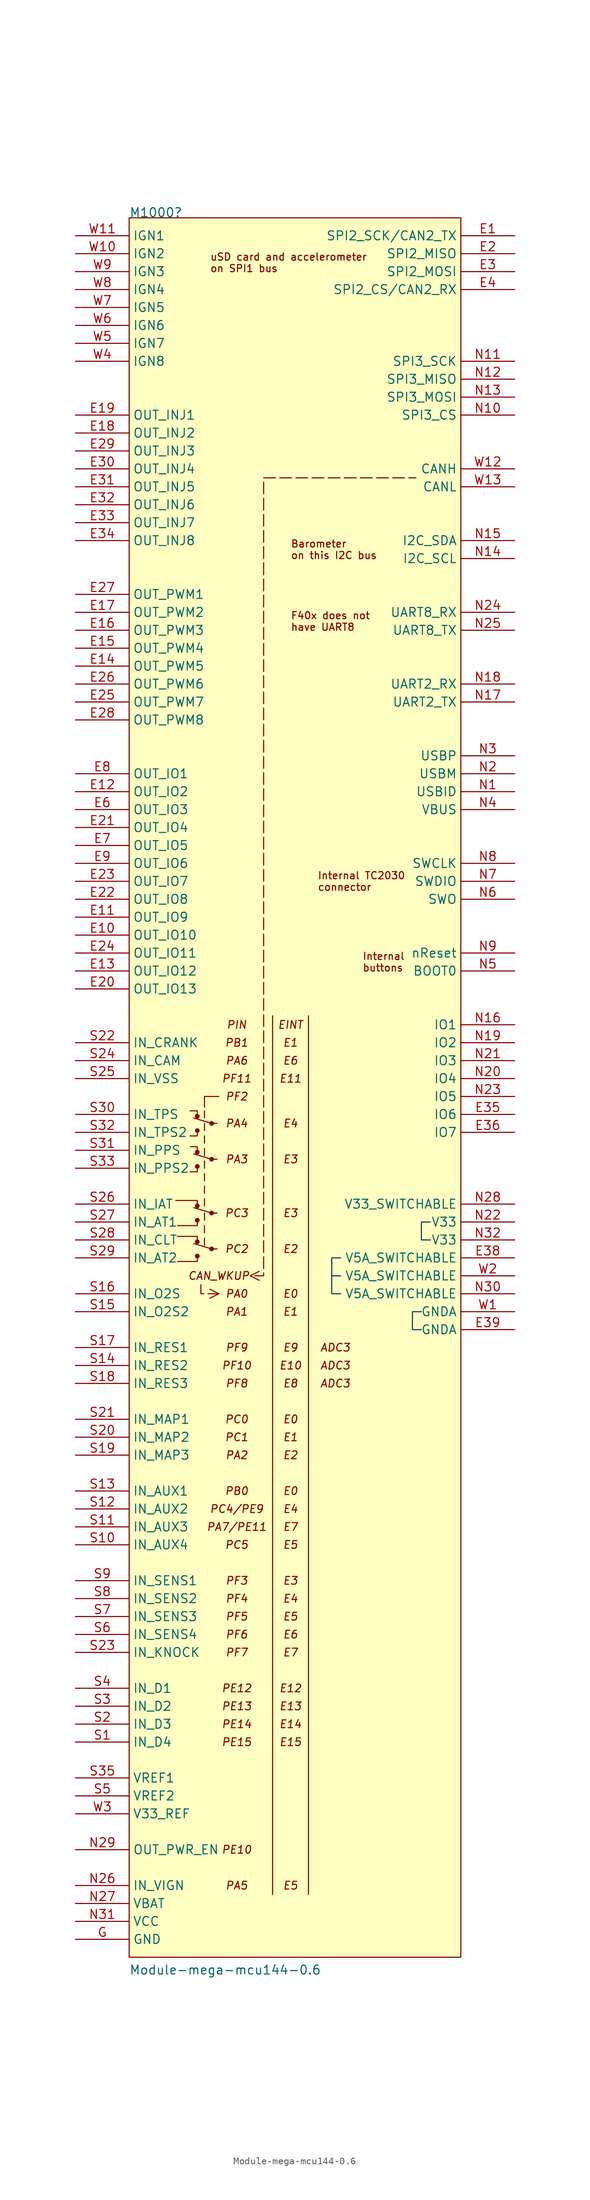
<source format=kicad_sym>
(kicad_symbol_lib
  (version 20220914)
  (generator kicad_symbol_editor)
  (symbol "Module-mega-mcu144-0.6"
    (property "Reference" "M1000"
      (at 7.62 2.54 0)
      (effects (font (size 1.27 1.27)) (justify left bottom)))
    (property "Value" "Module-mega-mcu144-0.6"
      (at 7.62 -246.38 0)
      (effects (font (size 1.27 1.27)) (justify left bottom)))
    (symbol "Module-mega-mcu144-0.6_0_1"
      (polyline (pts (xy 16.764 -142.748) (xy 19.304 -143.51)) (stroke (width 0) (type default)) (fill (type none)))
      (polyline (pts (xy 16.764 -137.668) (xy 19.304 -138.43)) (stroke (width 0) (type default)) (fill (type none)))
      (polyline (pts (xy 16.764 -130.048) (xy 19.304 -130.81)) (stroke (width 0) (type default)) (fill (type none)))
      (polyline (pts (xy 16.764 -124.968) (xy 19.304 -125.73)) (stroke (width 0) (type default)) (fill (type none)))
      (polyline (pts (xy 18.288 -143.002) (xy 18.288 -141.986)) (stroke (width 0) (type default)) (fill (type none)))
      (polyline (pts (xy 18.288 -141.224) (xy 18.288 -140.208)) (stroke (width 0) (type default)) (fill (type none)))
      (polyline (pts (xy 18.288 -139.446) (xy 18.288 -138.43)) (stroke (width 0) (type default)) (fill (type none)))
      (polyline (pts (xy 18.288 -137.414) (xy 18.288 -136.398)) (stroke (width 0) (type default)) (fill (type none)))
      (polyline (pts (xy 18.288 -135.636) (xy 18.288 -134.62)) (stroke (width 0) (type default)) (fill (type none)))
      (polyline (pts (xy 18.288 -133.858) (xy 18.288 -132.842)) (stroke (width 0) (type default)) (fill (type none)))
      (polyline (pts (xy 18.288 -132.08) (xy 18.288 -131.064)) (stroke (width 0) (type default)) (fill (type none)))
      (polyline (pts (xy 18.288 -130.302) (xy 18.288 -129.286)) (stroke (width 0) (type default)) (fill (type none)))
      (polyline (pts (xy 18.288 -128.524) (xy 18.288 -127.508)) (stroke (width 0) (type default)) (fill (type none)))
      (polyline (pts (xy 18.288 -126.746) (xy 18.288 -125.73)) (stroke (width 0) (type default)) (fill (type none)))
      (polyline (pts (xy 18.288 -124.968) (xy 18.288 -123.952)) (stroke (width 0) (type default)) (fill (type none)))
      (polyline (pts (xy 18.288 -123.444) (xy 18.288 -121.92)) (stroke (width 0) (type default)) (fill (type none)))
      (polyline (pts (xy 18.288 -121.92) (xy 20.32 -121.92)) (stroke (width 0) (type default)) (fill (type none)))
      (polyline (pts (xy 19.304 -143.51) (xy 20.066 -143.51)) (stroke (width 0) (type default)) (fill (type none)))
      (polyline (pts (xy 19.304 -138.43) (xy 20.066 -138.43)) (stroke (width 0) (type default)) (fill (type none)))
      (polyline (pts (xy 19.304 -130.81) (xy 20.066 -130.81)) (stroke (width 0) (type default)) (fill (type none)))
      (polyline (pts (xy 19.304 -125.73) (xy 20.066 -125.73)) (stroke (width 0) (type default)) (fill (type none)))
      (polyline (pts (xy 17.272 -144.526) (xy 17.272 -145.288) (xy 14.478 -145.288)) (stroke (width 0) (type default)) (fill (type none)))
      (polyline (pts (xy 17.272 -142.494) (xy 17.272 -141.732) (xy 14.478 -141.732)) (stroke (width 0) (type default)) (fill (type none)))
      (polyline (pts (xy 17.272 -139.446) (xy 17.272 -140.208) (xy 14.478 -140.208)) (stroke (width 0) (type default)) (fill (type none)))
      (polyline (pts (xy 17.272 -137.414) (xy 17.272 -136.652) (xy 14.224 -136.652)) (stroke (width 0) (type default)) (fill (type none)))
      (polyline (pts (xy 17.272 -131.826) (xy 17.272 -132.588) (xy 16.256 -132.588)) (stroke (width 0) (type default)) (fill (type none)))
      (polyline (pts (xy 17.272 -129.794) (xy 17.272 -129.032) (xy 16.256 -129.032)) (stroke (width 0) (type default)) (fill (type none)))
      (polyline (pts (xy 17.272 -126.746) (xy 17.272 -127.508) (xy 16.256 -127.508)) (stroke (width 0) (type default)) (fill (type none)))
      (polyline (pts (xy 17.272 -124.714) (xy 17.272 -123.952) (xy 16.256 -123.952)) (stroke (width 0) (type default)) (fill (type none)))
      (circle (center 17.272 -144.526) (radius 0.254) (stroke (width 0) (type default)) (fill (type outline)))
      (circle (center 17.272 -142.494) (radius 0.254) (stroke (width 0) (type default)) (fill (type outline)))
      (circle (center 17.272 -139.446) (radius 0.254) (stroke (width 0) (type default)) (fill (type outline)))
      (circle (center 17.272 -137.414) (radius 0.254) (stroke (width 0) (type default)) (fill (type outline)))
      (circle (center 17.272 -131.826) (radius 0.254) (stroke (width 0) (type default)) (fill (type outline)))
      (circle (center 17.272 -129.794) (radius 0.254) (stroke (width 0) (type default)) (fill (type outline)))
      (circle (center 17.272 -126.746) (radius 0.254) (stroke (width 0) (type default)) (fill (type outline)))
      (circle (center 17.272 -124.714) (radius 0.254) (stroke (width 0) (type default)) (fill (type outline)))
      (circle (center 19.304 -143.51) (radius 0.254) (stroke (width 0) (type default)) (fill (type outline)))
      (circle (center 19.304 -138.43) (radius 0.254) (stroke (width 0) (type default)) (fill (type outline)))
      (circle (center 19.304 -130.81) (radius 0.254) (stroke (width 0) (type default)) (fill (type outline)))
      (circle (center 19.304 -125.73) (radius 0.254) (stroke (width 0) (type default)) (fill (type outline))))
    (symbol "Module-mega-mcu144-0.6_1_0"
      (polyline (pts (xy 20.32 -149.86) (xy 19.05 -150.495)) (stroke (width 0) (type default)) (fill (type none)))
      (polyline (pts (xy 20.32 -149.86) (xy 19.05 -149.225)) (stroke (width 0) (type default)) (fill (type none)))
      (polyline (pts (xy 24.765 -147.32) (xy 26.035 -147.955)) (stroke (width 0) (type default)) (fill (type none)))
      (polyline (pts (xy 24.765 -147.32) (xy 26.035 -146.685)) (stroke (width 0) (type default)) (fill (type none)))
      (polyline (pts (xy 27.94 -110.49) (xy 27.94 -234.95)) (stroke (width 0) (type default)) (fill (type none)))
      (polyline (pts (xy 33.02 -110.49) (xy 33.02 -234.95)) (stroke (width 0) (type default)) (fill (type none)))
      (polyline (pts (xy 17.78 -148.59) (xy 17.78 -149.86) (xy 20.32 -149.86)) (stroke (width 0) (type dash)) (fill (type none)))
      (polyline (pts (xy 36.322 -147.32) (xy 37.592 -147.32) (xy 37.592 -147.32) (xy 37.592 -147.32)) (stroke (width 0) (type solid) (color 7 55 99 1)) (fill (type none)))
      (polyline (pts (xy 37.592 -144.78) (xy 36.322 -144.78) (xy 36.322 -149.86) (xy 37.592 -149.86)) (stroke (width 0) (type solid) (color 7 55 99 1)) (fill (type none)))
      (polyline (pts (xy 49.022 -152.4) (xy 47.752 -152.4) (xy 47.752 -154.94) (xy 49.022 -154.94)) (stroke (width 0) (type solid) (color 7 55 99 1)) (fill (type none)))
      (polyline (pts (xy 50.292 -139.7) (xy 49.022 -139.7) (xy 49.022 -142.24) (xy 50.292 -142.24)) (stroke (width 0) (type solid) (color 7 55 99 1)) (fill (type none)))
      (polyline (pts (xy 25.4 -147.32) (xy 26.67 -147.32) (xy 26.67 -124.46) (xy 26.67 -34.29) (xy 48.26 -34.29)) (stroke (width 0) (type dash)) (fill (type none)))
      (rectangle (start 7.62 2.54) (end 54.61 -243.84) (stroke (width 0) (type default)) (fill (type background)))
      (text "ADC3" (at 36.83 -162.56 0) (effects (font (size 1.1 1.1) italic)))
      (text "ADC3" (at 36.83 -160.02 0) (effects (font (size 1.1 1.1) italic)))
      (text "ADC3" (at 36.83 -157.48 0) (effects (font (size 1.1 1.1) italic)))
      (text "Barometer\non this I2C bus" (at 30.48 -44.45 0) (effects (font (size 1.016 1.016)) (justify left)))
      (text "CAN_WKUP" (at 20.32 -147.32 0) (effects (font (size 1.1 1.1) italic)))
      (text "E0" (at 30.48 -177.8 0) (effects (font (size 1.1 1.1) italic)))
      (text "E0" (at 30.48 -167.64 0) (effects (font (size 1.1 1.1) italic)))
      (text "E0" (at 30.48 -149.86 0) (effects (font (size 1.1 1.1) italic)))
      (text "E1" (at 30.48 -170.18 0) (effects (font (size 1.1 1.1) italic)))
      (text "E1" (at 30.48 -152.4 0) (effects (font (size 1.1 1.1) italic)))
      (text "E1" (at 30.48 -114.3 0) (effects (font (size 1.1 1.1) italic)))
      (text "E10" (at 30.48 -160.02 0) (effects (font (size 1.1 1.1) italic)))
      (text "E11" (at 30.48 -119.38 0) (effects (font (size 1.1 1.1) italic)))
      (text "E12" (at 30.48 -205.74 0) (effects (font (size 1.1 1.1) italic)))
      (text "E13" (at 30.48 -208.28 0) (effects (font (size 1.1 1.1) italic)))
      (text "E14" (at 30.48 -210.82 0) (effects (font (size 1.1 1.1) italic)))
      (text "E15" (at 30.48 -213.36 0) (effects (font (size 1.1 1.1) italic)))
      (text "E2" (at 30.48 -172.72 0) (effects (font (size 1.1 1.1) italic)))
      (text "E2" (at 30.48 -143.51 0) (effects (font (size 1.1 1.1) italic)))
      (text "E3" (at 30.48 -190.5 0) (effects (font (size 1.1 1.1) italic)))
      (text "E3" (at 30.48 -138.43 0) (effects (font (size 1.1 1.1) italic)))
      (text "E3" (at 30.48 -130.81 0) (effects (font (size 1.1 1.1) italic)))
      (text "E4" (at 30.48 -193.04 0) (effects (font (size 1.1 1.1) italic)))
      (text "E4" (at 30.48 -180.34 0) (effects (font (size 1.1 1.1) italic)))
      (text "E4" (at 30.48 -125.73 0) (effects (font (size 1.1 1.1) italic)))
      (text "E5" (at 30.48 -233.68 0) (effects (font (size 1.1 1.1) italic)))
      (text "E5" (at 30.48 -195.58 0) (effects (font (size 1.1 1.1) italic)))
      (text "E5" (at 30.48 -185.42 0) (effects (font (size 1.1 1.1) italic)))
      (text "E6" (at 30.48 -198.12 0) (effects (font (size 1.1 1.1) italic)))
      (text "E6" (at 30.48 -116.84 0) (effects (font (size 1.1 1.1) italic)))
      (text "E7" (at 30.48 -200.66 0) (effects (font (size 1.1 1.1) italic)))
      (text "E7" (at 30.48 -182.88 0) (effects (font (size 1.1 1.1) italic)))
      (text "E8" (at 30.48 -162.56 0) (effects (font (size 1.1 1.1) italic)))
      (text "E9" (at 30.48 -157.48 0) (effects (font (size 1.1 1.1) italic)))
      (text "EINT" (at 30.48 -111.76 0) (effects (font (size 1.1 1.1) italic)))
      (text "F40x does not\nhave UART8" (at 30.48 -54.61 0) (effects (font (size 1.016 1.016)) (justify left)))
      (text "Internal\nbuttons" (at 40.64 -102.87 0) (effects (font (size 1.016 1.016)) (justify left)))
      (text "Internal TC2030\nconnector" (at 34.29 -91.44 0) (effects (font (size 1.016 1.016)) (justify left)))
      (text "PA0" (at 22.86 -149.86 0) (effects (font (size 1.1 1.1) italic)))
      (text "PA1" (at 22.86 -152.4 0) (effects (font (size 1.1 1.1) italic)))
      (text "PA2" (at 22.86 -172.72 0) (effects (font (size 1.1 1.1) italic)))
      (text "PA3" (at 22.86 -130.81 0) (effects (font (size 1.1 1.1) italic)))
      (text "PA4" (at 22.86 -125.73 0) (effects (font (size 1.1 1.1) italic)))
      (text "PA5" (at 22.86 -233.68 0) (effects (font (size 1.1 1.1) italic)))
      (text "PA6" (at 22.86 -116.84 0) (effects (font (size 1.1 1.1) italic)))
      (text "PA7/PE11" (at 22.86 -182.88 0) (effects (font (size 1.1 1.1) italic)))
      (text "PB0" (at 22.86 -177.8 0) (effects (font (size 1.1 1.1) italic)))
      (text "PB1" (at 22.86 -114.3 0) (effects (font (size 1.1 1.1) italic)))
      (text "PC0" (at 22.86 -167.64 0) (effects (font (size 1.1 1.1) italic)))
      (text "PC1" (at 22.86 -170.18 0) (effects (font (size 1.1 1.1) italic)))
      (text "PC2" (at 22.86 -143.51 0) (effects (font (size 1.1 1.1) italic)))
      (text "PC3" (at 22.86 -138.43 0) (effects (font (size 1.1 1.1) italic)))
      (text "PC4/PE9" (at 22.86 -180.34 0) (effects (font (size 1.1 1.1) italic)))
      (text "PC5" (at 22.86 -185.42 0) (effects (font (size 1.1 1.1) italic)))
      (text "PE10" (at 22.86 -228.6 0) (effects (font (size 1.1 1.1) italic)))
      (text "PE12" (at 22.86 -205.74 0) (effects (font (size 1.1 1.1) italic)))
      (text "PE13" (at 22.86 -208.28 0) (effects (font (size 1.1 1.1) italic)))
      (text "PE14" (at 22.86 -210.82 0) (effects (font (size 1.1 1.1) italic)))
      (text "PE15" (at 22.86 -213.36 0) (effects (font (size 1.1 1.1) italic)))
      (text "PF10" (at 22.86 -160.02 0) (effects (font (size 1.1 1.1) italic)))
      (text "PF11" (at 22.86 -119.38 0) (effects (font (size 1.1 1.1) italic)))
      (text "PF2" (at 22.86 -121.92 0) (effects (font (size 1.1 1.1) italic)))
      (text "PF3" (at 22.86 -190.5 0) (effects (font (size 1.1 1.1) italic)))
      (text "PF4" (at 22.86 -193.04 0) (effects (font (size 1.1 1.1) italic)))
      (text "PF5" (at 22.86 -195.58 0) (effects (font (size 1.1 1.1) italic)))
      (text "PF6" (at 22.86 -198.12 0) (effects (font (size 1.1 1.1) italic)))
      (text "PF7" (at 22.86 -200.66 0) (effects (font (size 1.1 1.1) italic)))
      (text "PF8" (at 22.86 -162.56 0) (effects (font (size 1.1 1.1) italic)))
      (text "PF9" (at 22.86 -157.48 0) (effects (font (size 1.1 1.1) italic)))
      (text "PIN" (at 22.86 -111.76 0) (effects (font (size 1.1 1.1) italic)))
      (text "uSD card and accelerometer \non SPI1 bus" (at 19.05 -3.81 0) (effects (font (size 1.016 1.016)) (justify left)))
      (pin passive line (at 62.23 0 180) (length 7.62) (name "SPI2_SCK/CAN2_TX" (effects (font (size 1.27 1.27)))) (number "E1" (effects (font (size 1.27 1.27)))))
      (pin passive line (at 0 -99.06 0) (length 7.62) (name "OUT_IO10" (effects (font (size 1.27 1.27)))) (number "E10" (effects (font (size 1.27 1.27)))))
      (pin passive line (at 0 -96.52 0) (length 7.62) (name "OUT_IO9" (effects (font (size 1.27 1.27)))) (number "E11" (effects (font (size 1.27 1.27)))))
      (pin passive line (at 0 -78.74 0) (length 7.62) (name "OUT_IO2" (effects (font (size 1.27 1.27)))) (number "E12" (effects (font (size 1.27 1.27)))))
      (pin passive line (at 0 -104.14 0) (length 7.62) (name "OUT_IO12" (effects (font (size 1.27 1.27)))) (number "E13" (effects (font (size 1.27 1.27)))))
      (pin passive line (at 0 -60.96 0) (length 7.62) (name "OUT_PWM5" (effects (font (size 1.27 1.27)))) (number "E14" (effects (font (size 1.27 1.27)))))
      (pin passive line (at 0 -58.42 0) (length 7.62) (name "OUT_PWM4" (effects (font (size 1.27 1.27)))) (number "E15" (effects (font (size 1.27 1.27)))))
      (pin passive line (at 0 -55.88 0) (length 7.62) (name "OUT_PWM3" (effects (font (size 1.27 1.27)))) (number "E16" (effects (font (size 1.27 1.27)))))
      (pin passive line (at 0 -53.34 0) (length 7.62) (name "OUT_PWM2" (effects (font (size 1.27 1.27)))) (number "E17" (effects (font (size 1.27 1.27)))))
      (pin passive line (at 0 -27.94 0) (length 7.62) (name "OUT_INJ2" (effects (font (size 1.27 1.27)))) (number "E18" (effects (font (size 1.27 1.27)))))
      (pin passive line (at 0 -25.4 0) (length 7.62) (name "OUT_INJ1" (effects (font (size 1.27 1.27)))) (number "E19" (effects (font (size 1.27 1.27)))))
      (pin passive line (at 62.23 -2.54 180) (length 7.62) (name "SPI2_MISO" (effects (font (size 1.27 1.27)))) (number "E2" (effects (font (size 1.27 1.27)))))
      (pin passive line (at 0 -106.68 0) (length 7.62) (name "OUT_IO13" (effects (font (size 1.27 1.27)))) (number "E20" (effects (font (size 1.27 1.27)))))
      (pin passive line (at 0 -83.82 0) (length 7.62) (name "OUT_IO4" (effects (font (size 1.27 1.27)))) (number "E21" (effects (font (size 1.27 1.27)))))
      (pin passive line (at 0 -93.98 0) (length 7.62) (name "OUT_IO8" (effects (font (size 1.27 1.27)))) (number "E22" (effects (font (size 1.27 1.27)))))
      (pin passive line (at 0 -91.44 0) (length 7.62) (name "OUT_IO7" (effects (font (size 1.27 1.27)))) (number "E23" (effects (font (size 1.27 1.27)))))
      (pin passive line (at 0 -101.6 0) (length 7.62) (name "OUT_IO11" (effects (font (size 1.27 1.27)))) (number "E24" (effects (font (size 1.27 1.27)))))
      (pin passive line (at 0 -66.04 0) (length 7.62) (name "OUT_PWM7" (effects (font (size 1.27 1.27)))) (number "E25" (effects (font (size 1.27 1.27)))))
      (pin passive line (at 0 -63.5 0) (length 7.62) (name "OUT_PWM6" (effects (font (size 1.27 1.27)))) (number "E26" (effects (font (size 1.27 1.27)))))
      (pin passive line (at 0 -50.8 0) (length 7.62) (name "OUT_PWM1" (effects (font (size 1.27 1.27)))) (number "E27" (effects (font (size 1.27 1.27)))))
      (pin passive line (at 0 -68.58 0) (length 7.62) (name "OUT_PWM8" (effects (font (size 1.27 1.27)))) (number "E28" (effects (font (size 1.27 1.27)))))
      (pin passive line (at 0 -30.48 0) (length 7.62) (name "OUT_INJ3" (effects (font (size 1.27 1.27)))) (number "E29" (effects (font (size 1.27 1.27)))))
      (pin passive line (at 62.23 -5.08 180) (length 7.62) (name "SPI2_MOSI" (effects (font (size 1.27 1.27)))) (number "E3" (effects (font (size 1.27 1.27)))))
      (pin passive line (at 0 -33.02 0) (length 7.62) (name "OUT_INJ4" (effects (font (size 1.27 1.27)))) (number "E30" (effects (font (size 1.27 1.27)))))
      (pin passive line (at 0 -35.56 0) (length 7.62) (name "OUT_INJ5" (effects (font (size 1.27 1.27)))) (number "E31" (effects (font (size 1.27 1.27)))))
      (pin passive line (at 0 -38.1 0) (length 7.62) (name "OUT_INJ6" (effects (font (size 1.27 1.27)))) (number "E32" (effects (font (size 1.27 1.27)))))
      (pin passive line (at 0 -40.64 0) (length 7.62) (name "OUT_INJ7" (effects (font (size 1.27 1.27)))) (number "E33" (effects (font (size 1.27 1.27)))))
      (pin passive line (at 0 -43.18 0) (length 7.62) (name "OUT_INJ8" (effects (font (size 1.27 1.27)))) (number "E34" (effects (font (size 1.27 1.27)))))
      (pin passive line (at 62.23 -124.46 180) (length 7.62) (name "IO6" (effects (font (size 1.27 1.27)))) (number "E35" (effects (font (size 1.27 1.27)))))
      (pin passive line (at 62.23 -127 180) (length 7.62) (name "IO7" (effects (font (size 1.27 1.27)))) (number "E36" (effects (font (size 1.27 1.27)))))
      (pin passive line (at 62.23 -144.78 180) (length 7.62) (name "V5A_SWITCHABLE" (effects (font (size 1.27 1.27)))) (number "E38" (effects (font (size 1.27 1.27)))))
      (pin passive line (at 62.23 -154.94 180) (length 7.62) (name "GNDA" (effects (font (size 1.27 1.27)))) (number "E39" (effects (font (size 1.27 1.27)))))
      (pin passive line (at 62.23 -7.62 180) (length 7.62) (name "SPI2_CS/CAN2_RX" (effects (font (size 1.27 1.27)))) (number "E4" (effects (font (size 1.27 1.27)))))
      (pin passive line (at 0 -81.28 0) (length 7.62) (name "OUT_IO3" (effects (font (size 1.27 1.27)))) (number "E6" (effects (font (size 1.27 1.27)))))
      (pin passive line (at 0 -86.36 0) (length 7.62) (name "OUT_IO5" (effects (font (size 1.27 1.27)))) (number "E7" (effects (font (size 1.27 1.27)))))
      (pin passive line (at 0 -76.2 0) (length 7.62) (name "OUT_IO1" (effects (font (size 1.27 1.27)))) (number "E8" (effects (font (size 1.27 1.27)))))
      (pin passive line (at 0 -88.9 0) (length 7.62) (name "OUT_IO6" (effects (font (size 1.27 1.27)))) (number "E9" (effects (font (size 1.27 1.27)))))
      (pin passive line (at 0 -241.3 0) (length 7.62) (name "GND" (effects (font (size 1.27 1.27)))) (number "G" (effects (font (size 1.27 1.27)))))
      (pin passive line (at 62.23 -78.74 180) (length 7.62) (name "USBID" (effects (font (size 1.27 1.27)))) (number "N1" (effects (font (size 1.27 1.27)))))
      (pin passive line (at 62.23 -25.4 180) (length 7.62) (name "SPI3_CS" (effects (font (size 1.27 1.27)))) (number "N10" (effects (font (size 1.27 1.27)))))
      (pin passive line (at 62.23 -17.78 180) (length 7.62) (name "SPI3_SCK" (effects (font (size 1.27 1.27)))) (number "N11" (effects (font (size 1.27 1.27)))))
      (pin passive line (at 62.23 -20.32 180) (length 7.62) (name "SPI3_MISO" (effects (font (size 1.27 1.27)))) (number "N12" (effects (font (size 1.27 1.27)))))
      (pin passive line (at 62.23 -22.86 180) (length 7.62) (name "SPI3_MOSI" (effects (font (size 1.27 1.27)))) (number "N13" (effects (font (size 1.27 1.27)))))
      (pin passive line (at 62.23 -45.72 180) (length 7.62) (name "I2C_SCL" (effects (font (size 1.27 1.27)))) (number "N14" (effects (font (size 1.27 1.27)))))
      (pin passive line (at 62.23 -43.18 180) (length 7.62) (name "I2C_SDA" (effects (font (size 1.27 1.27)))) (number "N15" (effects (font (size 1.27 1.27)))))
      (pin passive line (at 62.23 -111.76 180) (length 7.62) (name "IO1" (effects (font (size 1.27 1.27)))) (number "N16" (effects (font (size 1.27 1.27)))))
      (pin passive line (at 62.23 -66.04 180) (length 7.62) (name "UART2_TX" (effects (font (size 1.27 1.27)))) (number "N17" (effects (font (size 1.27 1.27)))))
      (pin passive line (at 62.23 -63.5 180) (length 7.62) (name "UART2_RX" (effects (font (size 1.27 1.27)))) (number "N18" (effects (font (size 1.27 1.27)))))
      (pin passive line (at 62.23 -114.3 180) (length 7.62) (name "IO2" (effects (font (size 1.27 1.27)))) (number "N19" (effects (font (size 1.27 1.27)))))
      (pin passive line (at 62.23 -76.2 180) (length 7.62) (name "USBM" (effects (font (size 1.27 1.27)))) (number "N2" (effects (font (size 1.27 1.27)))))
      (pin passive line (at 62.23 -119.38 180) (length 7.62) (name "IO4" (effects (font (size 1.27 1.27)))) (number "N20" (effects (font (size 1.27 1.27)))))
      (pin passive line (at 62.23 -116.84 180) (length 7.62) (name "IO3" (effects (font (size 1.27 1.27)))) (number "N21" (effects (font (size 1.27 1.27)))))
      (pin passive line (at 62.23 -139.7 180) (length 7.62) (name "V33" (effects (font (size 1.27 1.27)))) (number "N22" (effects (font (size 1.27 1.27)))))
      (pin passive line (at 62.23 -121.92 180) (length 7.62) (name "IO5" (effects (font (size 1.27 1.27)))) (number "N23" (effects (font (size 1.27 1.27)))))
      (pin passive line (at 62.23 -53.34 180) (length 7.62) (name "UART8_RX" (effects (font (size 1.27 1.27)))) (number "N24" (effects (font (size 1.27 1.27)))))
      (pin passive line (at 62.23 -55.88 180) (length 7.62) (name "UART8_TX" (effects (font (size 1.27 1.27)))) (number "N25" (effects (font (size 1.27 1.27)))))
      (pin passive line (at 0 -233.68 0) (length 7.62) (name "IN_VIGN" (effects (font (size 1.27 1.27)))) (number "N26" (effects (font (size 1.27 1.27)))))
      (pin passive line (at 0 -236.22 0) (length 7.62) (name "VBAT" (effects (font (size 1.27 1.27)))) (number "N27" (effects (font (size 1.27 1.27)))))
      (pin passive line (at 62.23 -137.16 180) (length 7.62) (name "V33_SWITCHABLE" (effects (font (size 1.27 1.27)))) (number "N28" (effects (font (size 1.27 1.27)))))
      (pin passive line (at 0 -228.6 0) (length 7.62) (name "OUT_PWR_EN" (effects (font (size 1.27 1.27)))) (number "N29" (effects (font (size 1.27 1.27)))))
      (pin passive line (at 62.23 -73.66 180) (length 7.62) (name "USBP" (effects (font (size 1.27 1.27)))) (number "N3" (effects (font (size 1.27 1.27)))))
      (pin passive line (at 62.23 -149.86 180) (length 7.62) (name "V5A_SWITCHABLE" (effects (font (size 1.27 1.27)))) (number "N30" (effects (font (size 1.27 1.27)))))
      (pin passive line (at 0 -238.76 0) (length 7.62) (name "VCC" (effects (font (size 1.27 1.27)))) (number "N31" (effects (font (size 1.27 1.27)))))
      (pin passive line (at 62.23 -142.24 180) (length 7.62) (name "V33" (effects (font (size 1.27 1.27)))) (number "N32" (effects (font (size 1.27 1.27)))))
      (pin passive line (at 62.23 -81.28 180) (length 7.62) (name "VBUS" (effects (font (size 1.27 1.27)))) (number "N4" (effects (font (size 1.27 1.27)))))
      (pin passive line (at 62.23 -104.14 180) (length 7.62) (name "BOOT0" (effects (font (size 1.27 1.27)))) (number "N5" (effects (font (size 1.27 1.27)))))
      (pin passive line (at 62.23 -93.98 180) (length 7.62) (name "SWO" (effects (font (size 1.27 1.27)))) (number "N6" (effects (font (size 1.27 1.27)))))
      (pin passive line (at 62.23 -91.44 180) (length 7.62) (name "SWDIO" (effects (font (size 1.27 1.27)))) (number "N7" (effects (font (size 1.27 1.27)))))
      (pin passive line (at 62.23 -88.9 180) (length 7.62) (name "SWCLK" (effects (font (size 1.27 1.27)))) (number "N8" (effects (font (size 1.27 1.27)))))
      (pin passive line (at 62.23 -101.6 180) (length 7.62) (name "nReset" (effects (font (size 1.27 1.27)))) (number "N9" (effects (font (size 1.27 1.27)))))
      (pin passive line (at 0 -213.36 0) (length 7.62) (name "IN_D4" (effects (font (size 1.27 1.27)))) (number "S1" (effects (font (size 1.27 1.27)))))
      (pin passive line (at 0 -185.42 0) (length 7.62) (name "IN_AUX4" (effects (font (size 1.27 1.27)))) (number "S10" (effects (font (size 1.27 1.27)))))
      (pin passive line (at 0 -182.88 0) (length 7.62) (name "IN_AUX3" (effects (font (size 1.27 1.27)))) (number "S11" (effects (font (size 1.27 1.27)))))
      (pin passive line (at 0 -180.34 0) (length 7.62) (name "IN_AUX2" (effects (font (size 1.27 1.27)))) (number "S12" (effects (font (size 1.27 1.27)))))
      (pin passive line (at 0 -177.8 0) (length 7.62) (name "IN_AUX1" (effects (font (size 1.27 1.27)))) (number "S13" (effects (font (size 1.27 1.27)))))
      (pin passive line (at 0 -160.02 0) (length 7.62) (name "IN_RES2" (effects (font (size 1.27 1.27)))) (number "S14" (effects (font (size 1.27 1.27)))))
      (pin passive line (at 0 -152.4 0) (length 7.62) (name "IN_O2S2" (effects (font (size 1.27 1.27)))) (number "S15" (effects (font (size 1.27 1.27)))))
      (pin passive line (at 0 -149.86 0) (length 7.62) (name "IN_O2S" (effects (font (size 1.27 1.27)))) (number "S16" (effects (font (size 1.27 1.27)))))
      (pin passive line (at 0 -157.48 0) (length 7.62) (name "IN_RES1" (effects (font (size 1.27 1.27)))) (number "S17" (effects (font (size 1.27 1.27)))))
      (pin passive line (at 0 -162.56 0) (length 7.62) (name "IN_RES3" (effects (font (size 1.27 1.27)))) (number "S18" (effects (font (size 1.27 1.27)))))
      (pin passive line (at 0 -172.72 0) (length 7.62) (name "IN_MAP3" (effects (font (size 1.27 1.27)))) (number "S19" (effects (font (size 1.27 1.27)))))
      (pin passive line (at 0 -210.82 0) (length 7.62) (name "IN_D3" (effects (font (size 1.27 1.27)))) (number "S2" (effects (font (size 1.27 1.27)))))
      (pin passive line (at 0 -170.18 0) (length 7.62) (name "IN_MAP2" (effects (font (size 1.27 1.27)))) (number "S20" (effects (font (size 1.27 1.27)))))
      (pin passive line (at 0 -167.64 0) (length 7.62) (name "IN_MAP1" (effects (font (size 1.27 1.27)))) (number "S21" (effects (font (size 1.27 1.27)))))
      (pin passive line (at 0 -114.3 0) (length 7.62) (name "IN_CRANK" (effects (font (size 1.27 1.27)))) (number "S22" (effects (font (size 1.27 1.27)))))
      (pin passive line (at 0 -200.66 0) (length 7.62) (name "IN_KNOCK" (effects (font (size 1.27 1.27)))) (number "S23" (effects (font (size 1.27 1.27)))))
      (pin passive line (at 0 -116.84 0) (length 7.62) (name "IN_CAM" (effects (font (size 1.27 1.27)))) (number "S24" (effects (font (size 1.27 1.27)))))
      (pin passive line (at 0 -119.38 0) (length 7.62) (name "IN_VSS" (effects (font (size 1.27 1.27)))) (number "S25" (effects (font (size 1.27 1.27)))))
      (pin passive line (at 0 -137.16 0) (length 7.62) (name "IN_IAT" (effects (font (size 1.27 1.27)))) (number "S26" (effects (font (size 1.27 1.27)))))
      (pin passive line (at 0 -139.7 0) (length 7.62) (name "IN_AT1" (effects (font (size 1.27 1.27)))) (number "S27" (effects (font (size 1.27 1.27)))))
      (pin passive line (at 0 -142.24 0) (length 7.62) (name "IN_CLT" (effects (font (size 1.27 1.27)))) (number "S28" (effects (font (size 1.27 1.27)))))
      (pin passive line (at 0 -144.78 0) (length 7.62) (name "IN_AT2" (effects (font (size 1.27 1.27)))) (number "S29" (effects (font (size 1.27 1.27)))))
      (pin passive line (at 0 -208.28 0) (length 7.62) (name "IN_D2" (effects (font (size 1.27 1.27)))) (number "S3" (effects (font (size 1.27 1.27)))))
      (pin passive line (at 0 -124.46 0) (length 7.62) (name "IN_TPS" (effects (font (size 1.27 1.27)))) (number "S30" (effects (font (size 1.27 1.27)))))
      (pin passive line (at 0 -129.54 0) (length 7.62) (name "IN_PPS" (effects (font (size 1.27 1.27)))) (number "S31" (effects (font (size 1.27 1.27)))))
      (pin passive line (at 0 -127 0) (length 7.62) (name "IN_TPS2" (effects (font (size 1.27 1.27)))) (number "S32" (effects (font (size 1.27 1.27)))))
      (pin passive line (at 0 -132.08 0) (length 7.62) (name "IN_PPS2" (effects (font (size 1.27 1.27)))) (number "S33" (effects (font (size 1.27 1.27)))))
      (pin passive line (at 0 -218.44 0) (length 7.62) (name "VREF1" (effects (font (size 1.27 1.27)))) (number "S35" (effects (font (size 1.27 1.27)))))
      (pin passive line (at 0 -205.74 0) (length 7.62) (name "IN_D1" (effects (font (size 1.27 1.27)))) (number "S4" (effects (font (size 1.27 1.27)))))
      (pin passive line (at 0 -220.98 0) (length 7.62) (name "VREF2" (effects (font (size 1.27 1.27)))) (number "S5" (effects (font (size 1.27 1.27)))))
      (pin passive line (at 0 -198.12 0) (length 7.62) (name "IN_SENS4" (effects (font (size 1.27 1.27)))) (number "S6" (effects (font (size 1.27 1.27)))))
      (pin passive line (at 0 -195.58 0) (length 7.62) (name "IN_SENS3" (effects (font (size 1.27 1.27)))) (number "S7" (effects (font (size 1.27 1.27)))))
      (pin passive line (at 0 -193.04 0) (length 7.62) (name "IN_SENS2" (effects (font (size 1.27 1.27)))) (number "S8" (effects (font (size 1.27 1.27)))))
      (pin passive line (at 0 -190.5 0) (length 7.62) (name "IN_SENS1" (effects (font (size 1.27 1.27)))) (number "S9" (effects (font (size 1.27 1.27)))))
      (pin passive line (at 62.23 -152.4 180) (length 7.62) (name "GNDA" (effects (font (size 1.27 1.27)))) (number "W1" (effects (font (size 1.27 1.27)))))
      (pin passive line (at 0 -2.54 0) (length 7.62) (name "IGN2" (effects (font (size 1.27 1.27)))) (number "W10" (effects (font (size 1.27 1.27)))))
      (pin passive line (at 0 0 0) (length 7.62) (name "IGN1" (effects (font (size 1.27 1.27)))) (number "W11" (effects (font (size 1.27 1.27)))))
      (pin passive line (at 62.23 -33.02 180) (length 7.62) (name "CANH" (effects (font (size 1.27 1.27)))) (number "W12" (effects (font (size 1.27 1.27)))))
      (pin passive line (at 62.23 -35.56 180) (length 7.62) (name "CANL" (effects (font (size 1.27 1.27)))) (number "W13" (effects (font (size 1.27 1.27)))))
      (pin passive line (at 62.23 -147.32 180) (length 7.62) (name "V5A_SWITCHABLE" (effects (font (size 1.27 1.27)))) (number "W2" (effects (font (size 1.27 1.27)))))
      (pin passive line (at 0 -223.52 0) (length 7.62) (name "V33_REF" (effects (font (size 1.27 1.27)))) (number "W3" (effects (font (size 1.27 1.27)))))
      (pin passive line (at 0 -17.78 0) (length 7.62) (name "IGN8" (effects (font (size 1.27 1.27)))) (number "W4" (effects (font (size 1.27 1.27)))))
      (pin passive line (at 0 -15.24 0) (length 7.62) (name "IGN7" (effects (font (size 1.27 1.27)))) (number "W5" (effects (font (size 1.27 1.27)))))
      (pin passive line (at 0 -12.7 0) (length 7.62) (name "IGN6" (effects (font (size 1.27 1.27)))) (number "W6" (effects (font (size 1.27 1.27)))))
      (pin passive line (at 0 -10.16 0) (length 7.62) (name "IGN5" (effects (font (size 1.27 1.27)))) (number "W7" (effects (font (size 1.27 1.27)))))
      (pin passive line (at 0 -7.62 0) (length 7.62) (name "IGN4" (effects (font (size 1.27 1.27)))) (number "W8" (effects (font (size 1.27 1.27)))))
      (pin passive line (at 0 -5.08 0) (length 7.62) (name "IGN3" (effects (font (size 1.27 1.27)))) (number "W9" (effects (font (size 1.27 1.27))))))))
</source>
